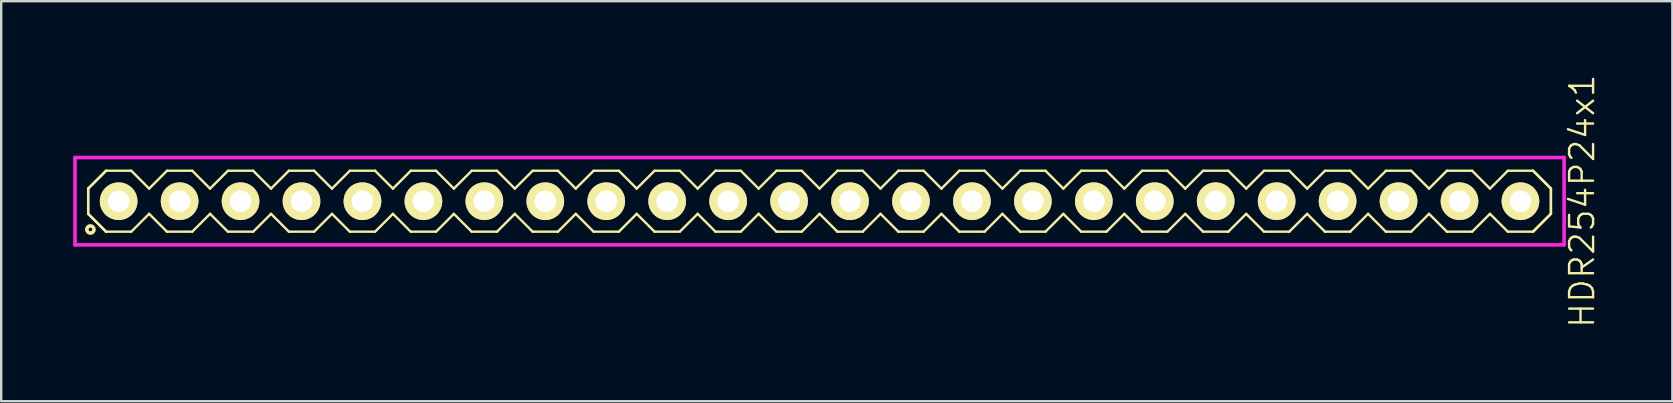
<source format=kicad_pcb>
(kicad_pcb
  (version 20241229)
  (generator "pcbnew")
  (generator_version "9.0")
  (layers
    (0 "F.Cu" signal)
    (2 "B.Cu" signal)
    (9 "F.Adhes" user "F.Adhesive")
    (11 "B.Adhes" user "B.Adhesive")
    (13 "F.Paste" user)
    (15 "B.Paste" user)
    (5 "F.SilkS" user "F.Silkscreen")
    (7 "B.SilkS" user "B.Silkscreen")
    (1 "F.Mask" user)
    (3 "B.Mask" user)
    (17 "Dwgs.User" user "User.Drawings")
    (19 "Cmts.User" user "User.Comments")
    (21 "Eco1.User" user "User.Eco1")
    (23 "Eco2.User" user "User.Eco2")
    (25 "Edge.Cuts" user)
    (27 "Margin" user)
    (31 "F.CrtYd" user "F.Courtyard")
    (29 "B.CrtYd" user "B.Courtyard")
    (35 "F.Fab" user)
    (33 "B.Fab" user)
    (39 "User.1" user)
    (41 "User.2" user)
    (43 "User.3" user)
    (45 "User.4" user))
  (footprint "HDR254P24x1"
    (layer "F.Cu")
    (at 31.105 5.336)
    (property "Reference" "HDR254P24x1" (at 31.78 0 90) (layer "F.SilkS") (effects (font (size 1 1) (thickness 0.1))))
    (attr through_hole)
    (fp_line (start -30.48 -0.526) (end -29.736 -1.27) (stroke (width 0.1) (type solid)) (layer "F.SilkS"))
    (fp_line (start -30.48 -0.526) (end -29.736 -1.27) (stroke (width 0.1) (type solid)) (layer "F.SilkS"))
    (fp_line (start -30.48 0.526) (end -30.48 -0.526) (stroke (width 0.1) (type solid)) (layer "F.SilkS"))
    (fp_line (start -30.48 0.526) (end -30.48 -0.526) (stroke (width 0.1) (type solid)) (layer "F.SilkS"))
    (fp_line (start -29.736 -1.27) (end -28.684 -1.27) (stroke (width 0.1) (type solid)) (layer "F.SilkS"))
    (fp_line (start -29.736 1.27) (end -30.48 0.526) (stroke (width 0.1) (type solid)) (layer "F.SilkS"))
    (fp_line (start -29.736 1.27) (end -30.48 0.526) (stroke (width 0.1) (type solid)) (layer "F.SilkS"))
    (fp_line (start -28.684 -1.27) (end -27.94 -0.526) (stroke (width 0.1) (type solid)) (layer "F.SilkS"))
    (fp_line (start -28.684 1.27) (end -29.736 1.27) (stroke (width 0.1) (type solid)) (layer "F.SilkS"))
    (fp_line (start -27.94 -0.526) (end -27.196 -1.27) (stroke (width 0.1) (type solid)) (layer "F.SilkS"))
    (fp_line (start -27.94 0.526) (end -28.684 1.27) (stroke (width 0.1) (type solid)) (layer "F.SilkS"))
    (fp_line (start -27.196 -1.27) (end -26.144 -1.27) (stroke (width 0.1) (type solid)) (layer "F.SilkS"))
    (fp_line (start -27.196 1.27) (end -27.94 0.526) (stroke (width 0.1) (type solid)) (layer "F.SilkS"))
    (fp_line (start -26.144 -1.27) (end -25.4 -0.526) (stroke (width 0.1) (type solid)) (layer "F.SilkS"))
    (fp_line (start -26.144 1.27) (end -27.196 1.27) (stroke (width 0.1) (type solid)) (layer "F.SilkS"))
    (fp_line (start -25.4 -0.526) (end -24.656 -1.27) (stroke (width 0.1) (type solid)) (layer "F.SilkS"))
    (fp_line (start -25.4 0.526) (end -26.144 1.27) (stroke (width 0.1) (type solid)) (layer "F.SilkS"))
    (fp_line (start -24.656 -1.27) (end -23.604 -1.27) (stroke (width 0.1) (type solid)) (layer "F.SilkS"))
    (fp_line (start -24.656 1.27) (end -25.4 0.526) (stroke (width 0.1) (type solid)) (layer "F.SilkS"))
    (fp_line (start -23.604 -1.27) (end -22.86 -0.526) (stroke (width 0.1) (type solid)) (layer "F.SilkS"))
    (fp_line (start -23.604 1.27) (end -24.656 1.27) (stroke (width 0.1) (type solid)) (layer "F.SilkS"))
    (fp_line (start -22.86 -0.526) (end -22.116 -1.27) (stroke (width 0.1) (type solid)) (layer "F.SilkS"))
    (fp_line (start -22.86 0.526) (end -23.604 1.27) (stroke (width 0.1) (type solid)) (layer "F.SilkS"))
    (fp_line (start -22.116 -1.27) (end -21.064 -1.27) (stroke (width 0.1) (type solid)) (layer "F.SilkS"))
    (fp_line (start -22.116 1.27) (end -22.86 0.526) (stroke (width 0.1) (type solid)) (layer "F.SilkS"))
    (fp_line (start -21.064 -1.27) (end -20.32 -0.526) (stroke (width 0.1) (type solid)) (layer "F.SilkS"))
    (fp_line (start -21.064 1.27) (end -22.116 1.27) (stroke (width 0.1) (type solid)) (layer "F.SilkS"))
    (fp_line (start -20.32 -0.526) (end -19.576 -1.27) (stroke (width 0.1) (type solid)) (layer "F.SilkS"))
    (fp_line (start -20.32 0.526) (end -21.064 1.27) (stroke (width 0.1) (type solid)) (layer "F.SilkS"))
    (fp_line (start -19.576 -1.27) (end -18.524 -1.27) (stroke (width 0.1) (type solid)) (layer "F.SilkS"))
    (fp_line (start -19.576 1.27) (end -20.32 0.526) (stroke (width 0.1) (type solid)) (layer "F.SilkS"))
    (fp_line (start -18.524 -1.27) (end -17.78 -0.526) (stroke (width 0.1) (type solid)) (layer "F.SilkS"))
    (fp_line (start -18.524 1.27) (end -19.576 1.27) (stroke (width 0.1) (type solid)) (layer "F.SilkS"))
    (fp_line (start -17.78 -0.526) (end -17.036 -1.27) (stroke (width 0.1) (type solid)) (layer "F.SilkS"))
    (fp_line (start -17.78 0.526) (end -18.524 1.27) (stroke (width 0.1) (type solid)) (layer "F.SilkS"))
    (fp_line (start -17.036 -1.27) (end -15.984 -1.27) (stroke (width 0.1) (type solid)) (layer "F.SilkS"))
    (fp_line (start -17.036 1.27) (end -17.78 0.526) (stroke (width 0.1) (type solid)) (layer "F.SilkS"))
    (fp_line (start -15.984 -1.27) (end -15.24 -0.526) (stroke (width 0.1) (type solid)) (layer "F.SilkS"))
    (fp_line (start -15.984 1.27) (end -17.036 1.27) (stroke (width 0.1) (type solid)) (layer "F.SilkS"))
    (fp_line (start -15.24 -0.526) (end -14.496 -1.27) (stroke (width 0.1) (type solid)) (layer "F.SilkS"))
    (fp_line (start -15.24 0.526) (end -15.984 1.27) (stroke (width 0.1) (type solid)) (layer "F.SilkS"))
    (fp_line (start -14.496 -1.27) (end -13.444 -1.27) (stroke (width 0.1) (type solid)) (layer "F.SilkS"))
    (fp_line (start -14.496 1.27) (end -15.24 0.526) (stroke (width 0.1) (type solid)) (layer "F.SilkS"))
    (fp_line (start -13.444 -1.27) (end -12.7 -0.526) (stroke (width 0.1) (type solid)) (layer "F.SilkS"))
    (fp_line (start -13.444 1.27) (end -14.496 1.27) (stroke (width 0.1) (type solid)) (layer "F.SilkS"))
    (fp_line (start -12.7 -0.526) (end -11.956 -1.27) (stroke (width 0.1) (type solid)) (layer "F.SilkS"))
    (fp_line (start -12.7 0.526) (end -13.444 1.27) (stroke (width 0.1) (type solid)) (layer "F.SilkS"))
    (fp_line (start -11.956 -1.27) (end -10.904 -1.27) (stroke (width 0.1) (type solid)) (layer "F.SilkS"))
    (fp_line (start -11.956 1.27) (end -12.7 0.526) (stroke (width 0.1) (type solid)) (layer "F.SilkS"))
    (fp_line (start -10.904 -1.27) (end -10.16 -0.526) (stroke (width 0.1) (type solid)) (layer "F.SilkS"))
    (fp_line (start -10.904 1.27) (end -11.956 1.27) (stroke (width 0.1) (type solid)) (layer "F.SilkS"))
    (fp_line (start -10.16 -0.526) (end -9.416 -1.27) (stroke (width 0.1) (type solid)) (layer "F.SilkS"))
    (fp_line (start -10.16 0.526) (end -10.904 1.27) (stroke (width 0.1) (type solid)) (layer "F.SilkS"))
    (fp_line (start -9.416 -1.27) (end -8.364 -1.27) (stroke (width 0.1) (type solid)) (layer "F.SilkS"))
    (fp_line (start -9.416 1.27) (end -10.16 0.526) (stroke (width 0.1) (type solid)) (layer "F.SilkS"))
    (fp_line (start -8.364 -1.27) (end -7.62 -0.526) (stroke (width 0.1) (type solid)) (layer "F.SilkS"))
    (fp_line (start -8.364 1.27) (end -9.416 1.27) (stroke (width 0.1) (type solid)) (layer "F.SilkS"))
    (fp_line (start -7.62 -0.526) (end -6.876 -1.27) (stroke (width 0.1) (type solid)) (layer "F.SilkS"))
    (fp_line (start -7.62 0.526) (end -8.364 1.27) (stroke (width 0.1) (type solid)) (layer "F.SilkS"))
    (fp_line (start -6.876 -1.27) (end -5.824 -1.27) (stroke (width 0.1) (type solid)) (layer "F.SilkS"))
    (fp_line (start -6.876 1.27) (end -7.62 0.526) (stroke (width 0.1) (type solid)) (layer "F.SilkS"))
    (fp_line (start -5.824 -1.27) (end -5.08 -0.526) (stroke (width 0.1) (type solid)) (layer "F.SilkS"))
    (fp_line (start -5.824 1.27) (end -6.876 1.27) (stroke (width 0.1) (type solid)) (layer "F.SilkS"))
    (fp_line (start -5.08 -0.526) (end -4.336 -1.27) (stroke (width 0.1) (type solid)) (layer "F.SilkS"))
    (fp_line (start -5.08 0.526) (end -5.824 1.27) (stroke (width 0.1) (type solid)) (layer "F.SilkS"))
    (fp_line (start -4.336 -1.27) (end -3.284 -1.27) (stroke (width 0.1) (type solid)) (layer "F.SilkS"))
    (fp_line (start -4.336 1.27) (end -5.08 0.526) (stroke (width 0.1) (type solid)) (layer "F.SilkS"))
    (fp_line (start -3.284 -1.27) (end -2.54 -0.526) (stroke (width 0.1) (type solid)) (layer "F.SilkS"))
    (fp_line (start -3.284 1.27) (end -4.336 1.27) (stroke (width 0.1) (type solid)) (layer "F.SilkS"))
    (fp_line (start -2.54 -0.526) (end -1.796 -1.27) (stroke (width 0.1) (type solid)) (layer "F.SilkS"))
    (fp_line (start -2.54 0.526) (end -3.284 1.27) (stroke (width 0.1) (type solid)) (layer "F.SilkS"))
    (fp_line (start -1.796 -1.27) (end -0.744 -1.27) (stroke (width 0.1) (type solid)) (layer "F.SilkS"))
    (fp_line (start -1.796 1.27) (end -2.54 0.526) (stroke (width 0.1) (type solid)) (layer "F.SilkS"))
    (fp_line (start -0.744 -1.27) (end 0 -0.526) (stroke (width 0.1) (type solid)) (layer "F.SilkS"))
    (fp_line (start -0.744 1.27) (end -1.796 1.27) (stroke (width 0.1) (type solid)) (layer "F.SilkS"))
    (fp_line (start 0 -0.526) (end 0.744 -1.27) (stroke (width 0.1) (type solid)) (layer "F.SilkS"))
    (fp_line (start 0 0.526) (end -0.744 1.27) (stroke (width 0.1) (type solid)) (layer "F.SilkS"))
    (fp_line (start 0.744 -1.27) (end 1.796 -1.27) (stroke (width 0.1) (type solid)) (layer "F.SilkS"))
    (fp_line (start 0.744 1.27) (end 0 0.526) (stroke (width 0.1) (type solid)) (layer "F.SilkS"))
    (fp_line (start 1.796 -1.27) (end 2.54 -0.526) (stroke (width 0.1) (type solid)) (layer "F.SilkS"))
    (fp_line (start 1.796 1.27) (end 0.744 1.27) (stroke (width 0.1) (type solid)) (layer "F.SilkS"))
    (fp_line (start 2.54 -0.526) (end 3.284 -1.27) (stroke (width 0.1) (type solid)) (layer "F.SilkS"))
    (fp_line (start 2.54 0.526) (end 1.796 1.27) (stroke (width 0.1) (type solid)) (layer "F.SilkS"))
    (fp_line (start 3.284 -1.27) (end 4.336 -1.27) (stroke (width 0.1) (type solid)) (layer "F.SilkS"))
    (fp_line (start 3.284 1.27) (end 2.54 0.526) (stroke (width 0.1) (type solid)) (layer "F.SilkS"))
    (fp_line (start 4.336 -1.27) (end 5.08 -0.526) (stroke (width 0.1) (type solid)) (layer "F.SilkS"))
    (fp_line (start 4.336 1.27) (end 3.284 1.27) (stroke (width 0.1) (type solid)) (layer "F.SilkS"))
    (fp_line (start 5.08 -0.526) (end 5.824 -1.27) (stroke (width 0.1) (type solid)) (layer "F.SilkS"))
    (fp_line (start 5.08 0.526) (end 4.336 1.27) (stroke (width 0.1) (type solid)) (layer "F.SilkS"))
    (fp_line (start 5.824 -1.27) (end 6.876 -1.27) (stroke (width 0.1) (type solid)) (layer "F.SilkS"))
    (fp_line (start 5.824 1.27) (end 5.08 0.526) (stroke (width 0.1) (type solid)) (layer "F.SilkS"))
    (fp_line (start 6.876 -1.27) (end 7.62 -0.526) (stroke (width 0.1) (type solid)) (layer "F.SilkS"))
    (fp_line (start 6.876 1.27) (end 5.824 1.27) (stroke (width 0.1) (type solid)) (layer "F.SilkS"))
    (fp_line (start 7.62 -0.526) (end 8.364 -1.27) (stroke (width 0.1) (type solid)) (layer "F.SilkS"))
    (fp_line (start 7.62 0.526) (end 6.876 1.27) (stroke (width 0.1) (type solid)) (layer "F.SilkS"))
    (fp_line (start 8.364 -1.27) (end 9.416 -1.27) (stroke (width 0.1) (type solid)) (layer "F.SilkS"))
    (fp_line (start 8.364 1.27) (end 7.62 0.526) (stroke (width 0.1) (type solid)) (layer "F.SilkS"))
    (fp_line (start 9.416 -1.27) (end 10.16 -0.526) (stroke (width 0.1) (type solid)) (layer "F.SilkS"))
    (fp_line (start 9.416 1.27) (end 8.364 1.27) (stroke (width 0.1) (type solid)) (layer "F.SilkS"))
    (fp_line (start 10.16 -0.526) (end 10.904 -1.27) (stroke (width 0.1) (type solid)) (layer "F.SilkS"))
    (fp_line (start 10.16 0.526) (end 9.416 1.27) (stroke (width 0.1) (type solid)) (layer "F.SilkS"))
    (fp_line (start 10.904 -1.27) (end 11.956 -1.27) (stroke (width 0.1) (type solid)) (layer "F.SilkS"))
    (fp_line (start 10.904 1.27) (end 10.16 0.526) (stroke (width 0.1) (type solid)) (layer "F.SilkS"))
    (fp_line (start 11.956 -1.27) (end 12.7 -0.526) (stroke (width 0.1) (type solid)) (layer "F.SilkS"))
    (fp_line (start 11.956 1.27) (end 10.904 1.27) (stroke (width 0.1) (type solid)) (layer "F.SilkS"))
    (fp_line (start 12.7 -0.526) (end 13.444 -1.27) (stroke (width 0.1) (type solid)) (layer "F.SilkS"))
    (fp_line (start 12.7 0.526) (end 11.956 1.27) (stroke (width 0.1) (type solid)) (layer "F.SilkS"))
    (fp_line (start 13.444 -1.27) (end 14.496 -1.27) (stroke (width 0.1) (type solid)) (layer "F.SilkS"))
    (fp_line (start 13.444 1.27) (end 12.7 0.526) (stroke (width 0.1) (type solid)) (layer "F.SilkS"))
    (fp_line (start 14.496 -1.27) (end 15.24 -0.526) (stroke (width 0.1) (type solid)) (layer "F.SilkS"))
    (fp_line (start 14.496 1.27) (end 13.444 1.27) (stroke (width 0.1) (type solid)) (layer "F.SilkS"))
    (fp_line (start 15.24 -0.526) (end 15.984 -1.27) (stroke (width 0.1) (type solid)) (layer "F.SilkS"))
    (fp_line (start 15.24 0.526) (end 14.496 1.27) (stroke (width 0.1) (type solid)) (layer "F.SilkS"))
    (fp_line (start 15.984 -1.27) (end 17.036 -1.27) (stroke (width 0.1) (type solid)) (layer "F.SilkS"))
    (fp_line (start 15.984 1.27) (end 15.24 0.526) (stroke (width 0.1) (type solid)) (layer "F.SilkS"))
    (fp_line (start 17.036 -1.27) (end 17.78 -0.526) (stroke (width 0.1) (type solid)) (layer "F.SilkS"))
    (fp_line (start 17.036 1.27) (end 15.984 1.27) (stroke (width 0.1) (type solid)) (layer "F.SilkS"))
    (fp_line (start 17.78 -0.526) (end 18.524 -1.27) (stroke (width 0.1) (type solid)) (layer "F.SilkS"))
    (fp_line (start 17.78 0.526) (end 17.036 1.27) (stroke (width 0.1) (type solid)) (layer "F.SilkS"))
    (fp_line (start 18.524 -1.27) (end 19.576 -1.27) (stroke (width 0.1) (type solid)) (layer "F.SilkS"))
    (fp_line (start 18.524 1.27) (end 17.78 0.526) (stroke (width 0.1) (type solid)) (layer "F.SilkS"))
    (fp_line (start 19.576 -1.27) (end 20.32 -0.526) (stroke (width 0.1) (type solid)) (layer "F.SilkS"))
    (fp_line (start 19.576 1.27) (end 18.524 1.27) (stroke (width 0.1) (type solid)) (layer "F.SilkS"))
    (fp_line (start 20.32 -0.526) (end 21.064 -1.27) (stroke (width 0.1) (type solid)) (layer "F.SilkS"))
    (fp_line (start 20.32 0.526) (end 19.576 1.27) (stroke (width 0.1) (type solid)) (layer "F.SilkS"))
    (fp_line (start 21.064 -1.27) (end 22.116 -1.27) (stroke (width 0.1) (type solid)) (layer "F.SilkS"))
    (fp_line (start 21.064 1.27) (end 20.32 0.526) (stroke (width 0.1) (type solid)) (layer "F.SilkS"))
    (fp_line (start 22.116 -1.27) (end 22.86 -0.526) (stroke (width 0.1) (type solid)) (layer "F.SilkS"))
    (fp_line (start 22.116 1.27) (end 21.064 1.27) (stroke (width 0.1) (type solid)) (layer "F.SilkS"))
    (fp_line (start 22.86 -0.526) (end 23.604 -1.27) (stroke (width 0.1) (type solid)) (layer "F.SilkS"))
    (fp_line (start 22.86 0.526) (end 22.116 1.27) (stroke (width 0.1) (type solid)) (layer "F.SilkS"))
    (fp_line (start 23.604 -1.27) (end 24.656 -1.27) (stroke (width 0.1) (type solid)) (layer "F.SilkS"))
    (fp_line (start 23.604 1.27) (end 22.86 0.526) (stroke (width 0.1) (type solid)) (layer "F.SilkS"))
    (fp_line (start 24.656 -1.27) (end 25.4 -0.526) (stroke (width 0.1) (type solid)) (layer "F.SilkS"))
    (fp_line (start 24.656 1.27) (end 23.604 1.27) (stroke (width 0.1) (type solid)) (layer "F.SilkS"))
    (fp_line (start 25.4 -0.526) (end 26.144 -1.27) (stroke (width 0.1) (type solid)) (layer "F.SilkS"))
    (fp_line (start 25.4 0.526) (end 24.656 1.27) (stroke (width 0.1) (type solid)) (layer "F.SilkS"))
    (fp_line (start 26.144 -1.27) (end 27.196 -1.27) (stroke (width 0.1) (type solid)) (layer "F.SilkS"))
    (fp_line (start 26.144 1.27) (end 25.4 0.526) (stroke (width 0.1) (type solid)) (layer "F.SilkS"))
    (fp_line (start 27.196 -1.27) (end 27.94 -0.526) (stroke (width 0.1) (type solid)) (layer "F.SilkS"))
    (fp_line (start 27.196 1.27) (end 26.144 1.27) (stroke (width 0.1) (type solid)) (layer "F.SilkS"))
    (fp_line (start 27.94 -0.526) (end 28.684 -1.27) (stroke (width 0.1) (type solid)) (layer "F.SilkS"))
    (fp_line (start 27.94 0.526) (end 27.196 1.27) (stroke (width 0.1) (type solid)) (layer "F.SilkS"))
    (fp_line (start 28.684 -1.27) (end 29.736 -1.27) (stroke (width 0.1) (type solid)) (layer "F.SilkS"))
    (fp_line (start 28.684 1.27) (end 27.94 0.526) (stroke (width 0.1) (type solid)) (layer "F.SilkS"))
    (fp_line (start 29.736 -1.27) (end 30.48 -0.526) (stroke (width 0.1) (type solid)) (layer "F.SilkS"))
    (fp_line (start 29.736 -1.27) (end 30.48 -0.526) (stroke (width 0.1) (type solid)) (layer "F.SilkS"))
    (fp_line (start 29.736 1.27) (end 28.684 1.27) (stroke (width 0.1) (type solid)) (layer "F.SilkS"))
    (fp_line (start 30.48 -0.526) (end 30.48 0.526) (stroke (width 0.1) (type solid)) (layer "F.SilkS"))
    (fp_line (start 30.48 -0.526) (end 30.48 0.526) (stroke (width 0.1) (type solid)) (layer "F.SilkS"))
    (fp_line (start 30.48 0.526) (end 29.736 1.27) (stroke (width 0.1) (type solid)) (layer "F.SilkS"))
    (fp_line (start 30.48 0.526) (end 29.736 1.27) (stroke (width 0.1) (type solid)) (layer "F.SilkS"))
    (fp_circle (center -30.388 1.178) (end -30.238 1.178) (stroke (width 0.15) (type solid)) (fill no) (layer "F.SilkS"))
    (fp_line (start -31.03 -1.82) (end -31.03 1.82) (stroke (width 0.15) (type solid)) (layer "F.CrtYd"))
    (fp_line (start -31.03 1.82) (end 31.03 1.82) (stroke (width 0.15) (type solid)) (layer "F.CrtYd"))
    (fp_line (start 31.03 -1.82) (end -31.03 -1.82) (stroke (width 0.15) (type solid)) (layer "F.CrtYd"))
    (fp_line (start 31.03 1.82) (end 31.03 -1.82) (stroke (width 0.15) (type solid)) (layer "F.CrtYd"))
    (pad "1" thru_hole oval (at -29.21 0) (size 1.57 1.57) (drill 0.9) (layers "*.Cu" "*.Mask" "F.SilkS"))
    (pad "2" thru_hole oval (at -26.67 0) (size 1.57 1.57) (drill 0.9) (layers "*.Cu" "*.Mask" "F.SilkS"))
    (pad "3" thru_hole oval (at -24.13 0) (size 1.57 1.57) (drill 0.9) (layers "*.Cu" "*.Mask" "F.SilkS"))
    (pad "4" thru_hole oval (at -21.59 0) (size 1.57 1.57) (drill 0.9) (layers "*.Cu" "*.Mask" "F.SilkS"))
    (pad "5" thru_hole oval (at -19.05 0) (size 1.57 1.57) (drill 0.9) (layers "*.Cu" "*.Mask" "F.SilkS"))
    (pad "6" thru_hole oval (at -16.51 0) (size 1.57 1.57) (drill 0.9) (layers "*.Cu" "*.Mask" "F.SilkS"))
    (pad "7" thru_hole oval (at -13.97 0) (size 1.57 1.57) (drill 0.9) (layers "*.Cu" "*.Mask" "F.SilkS"))
    (pad "8" thru_hole oval (at -11.43 0) (size 1.57 1.57) (drill 0.9) (layers "*.Cu" "*.Mask" "F.SilkS"))
    (pad "9" thru_hole oval (at -8.89 0) (size 1.57 1.57) (drill 0.9) (layers "*.Cu" "*.Mask" "F.SilkS"))
    (pad "10" thru_hole oval (at -6.35 0) (size 1.57 1.57) (drill 0.9) (layers "*.Cu" "*.Mask" "F.SilkS"))
    (pad "11" thru_hole oval (at -3.81 0) (size 1.57 1.57) (drill 0.9) (layers "*.Cu" "*.Mask" "F.SilkS"))
    (pad "12" thru_hole oval (at -1.27 0) (size 1.57 1.57) (drill 0.9) (layers "*.Cu" "*.Mask" "F.SilkS"))
    (pad "13" thru_hole oval (at 1.27 0) (size 1.57 1.57) (drill 0.9) (layers "*.Cu" "*.Mask" "F.SilkS"))
    (pad "14" thru_hole oval (at 3.81 0) (size 1.57 1.57) (drill 0.9) (layers "*.Cu" "*.Mask" "F.SilkS"))
    (pad "15" thru_hole oval (at 6.35 0) (size 1.57 1.57) (drill 0.9) (layers "*.Cu" "*.Mask" "F.SilkS"))
    (pad "16" thru_hole oval (at 8.89 0) (size 1.57 1.57) (drill 0.9) (layers "*.Cu" "*.Mask" "F.SilkS"))
    (pad "17" thru_hole oval (at 11.43 0) (size 1.57 1.57) (drill 0.9) (layers "*.Cu" "*.Mask" "F.SilkS"))
    (pad "18" thru_hole oval (at 13.97 0) (size 1.57 1.57) (drill 0.9) (layers "*.Cu" "*.Mask" "F.SilkS"))
    (pad "19" thru_hole oval (at 16.51 0) (size 1.57 1.57) (drill 0.9) (layers "*.Cu" "*.Mask" "F.SilkS"))
    (pad "20" thru_hole oval (at 19.05 0) (size 1.57 1.57) (drill 0.9) (layers "*.Cu" "*.Mask" "F.SilkS"))
    (pad "21" thru_hole oval (at 21.59 0) (size 1.57 1.57) (drill 0.9) (layers "*.Cu" "*.Mask" "F.SilkS"))
    (pad "22" thru_hole oval (at 24.13 0) (size 1.57 1.57) (drill 0.9) (layers "*.Cu" "*.Mask" "F.SilkS"))
    (pad "23" thru_hole oval (at 26.67 0) (size 1.57 1.57) (drill 0.9) (layers "*.Cu" "*.Mask" "F.SilkS"))
    (pad "24" thru_hole oval (at 29.21 0) (size 1.57 1.57) (drill 0.9) (layers "*.Cu" "*.Mask" "F.SilkS")))
  (gr_rect
    (start -3 -3)
    (end 66.645 13.671)
    (stroke (width 0.1) (type default))
    (fill no)
    (layer "Edge.Cuts")))
</source>
